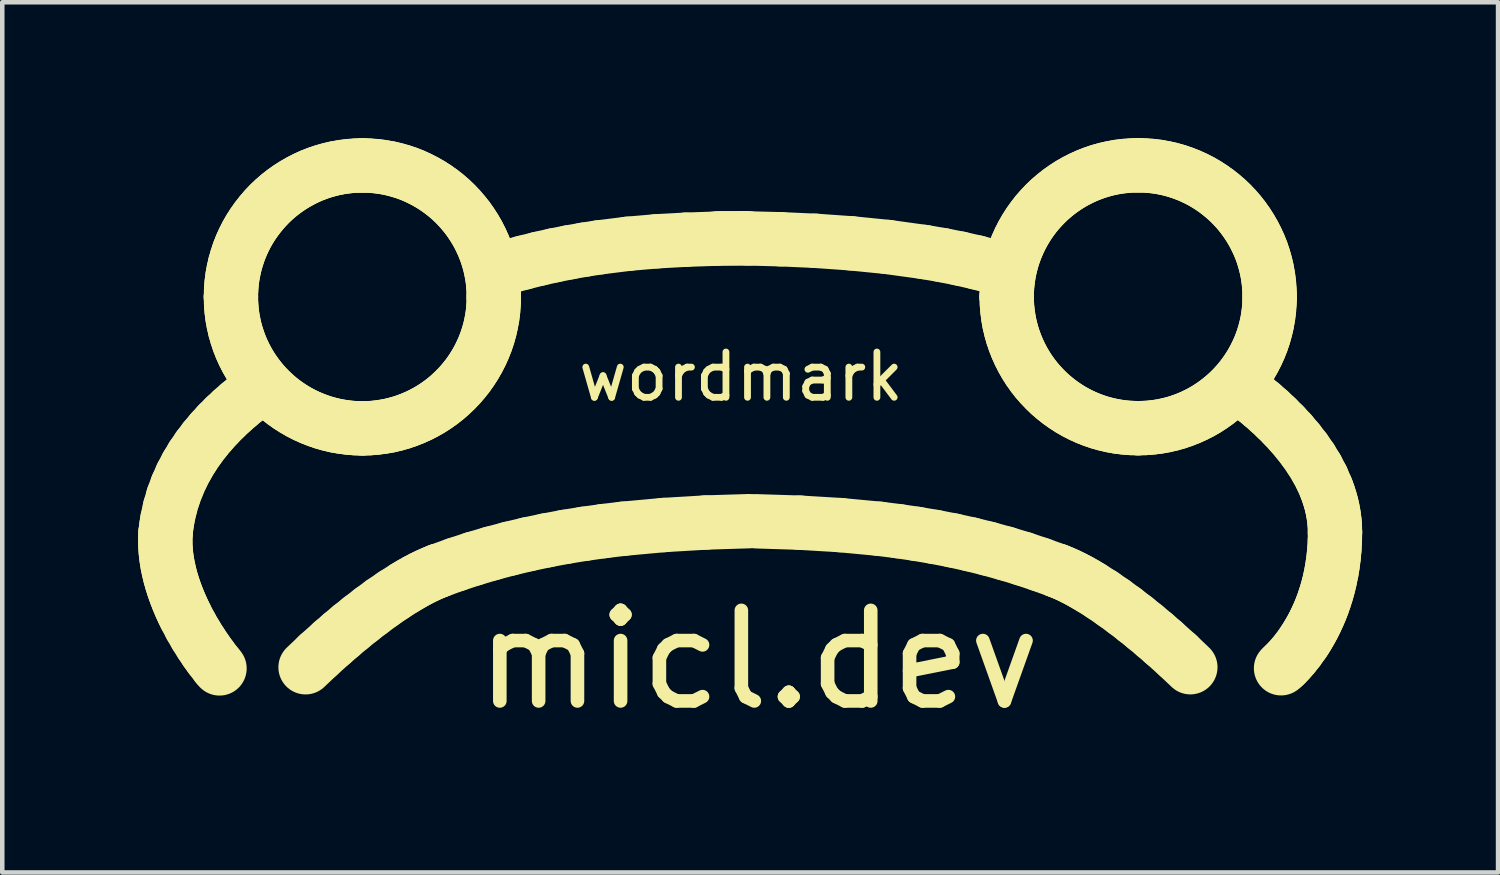
<source format=kicad_pcb>
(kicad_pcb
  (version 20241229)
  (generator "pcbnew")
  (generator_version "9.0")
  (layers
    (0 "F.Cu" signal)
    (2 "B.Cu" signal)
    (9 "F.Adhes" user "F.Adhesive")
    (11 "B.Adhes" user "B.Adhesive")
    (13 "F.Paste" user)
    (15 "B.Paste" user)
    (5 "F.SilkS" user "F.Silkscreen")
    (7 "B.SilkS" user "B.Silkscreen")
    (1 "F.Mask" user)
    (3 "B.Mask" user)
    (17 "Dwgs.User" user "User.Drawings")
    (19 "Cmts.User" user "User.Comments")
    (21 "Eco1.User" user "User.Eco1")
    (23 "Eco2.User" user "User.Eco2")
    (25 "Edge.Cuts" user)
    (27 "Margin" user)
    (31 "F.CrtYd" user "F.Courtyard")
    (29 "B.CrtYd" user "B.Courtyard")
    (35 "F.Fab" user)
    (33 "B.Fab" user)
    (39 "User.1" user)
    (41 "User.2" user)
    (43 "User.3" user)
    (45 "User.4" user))
  (footprint "wordmark"
    (layer "F.Cu")
    (at 13.313 5.768)
    (property "Reference" "wordmark" (at 0 -0.5 0) (unlocked yes) (layer "F.SilkS") (effects (font (size 1 1) (thickness 0.15))))
    (attr smd)
    (fp_line (start -12.713 3.08) (end -12.707 2.938) (stroke (width 1.2) (type solid)) (layer "F.SilkS"))
    (fp_line (start -12.712 3.221) (end -12.713 3.08) (stroke (width 1.2) (type solid)) (layer "F.SilkS"))
    (fp_line (start -12.707 2.938) (end -12.707 2.938) (stroke (width 1.2) (type solid)) (layer "F.SilkS"))
    (fp_line (start -12.707 2.938) (end -12.69 2.799) (stroke (width 1.2) (type solid)) (layer "F.SilkS"))
    (fp_line (start -12.703 3.362) (end -12.712 3.221) (stroke (width 1.2) (type solid)) (layer "F.SilkS"))
    (fp_line (start -12.69 2.799) (end -12.669 2.663) (stroke (width 1.2) (type solid)) (layer "F.SilkS"))
    (fp_line (start -12.687 3.502) (end -12.703 3.362) (stroke (width 1.2) (type solid)) (layer "F.SilkS"))
    (fp_line (start -12.669 2.663) (end -12.612 2.401) (stroke (width 1.2) (type solid)) (layer "F.SilkS"))
    (fp_line (start -12.665 3.64) (end -12.687 3.502) (stroke (width 1.2) (type solid)) (layer "F.SilkS"))
    (fp_line (start -12.637 3.777) (end -12.665 3.64) (stroke (width 1.2) (type solid)) (layer "F.SilkS"))
    (fp_line (start -12.612 2.401) (end -12.539 2.15) (stroke (width 1.2) (type solid)) (layer "F.SilkS"))
    (fp_line (start -12.604 3.913) (end -12.637 3.777) (stroke (width 1.2) (type solid)) (layer "F.SilkS"))
    (fp_line (start -12.566 4.046) (end -12.604 3.913) (stroke (width 1.2) (type solid)) (layer "F.SilkS"))
    (fp_line (start -12.539 2.15) (end -12.45 1.911) (stroke (width 1.2) (type solid)) (layer "F.SilkS"))
    (fp_line (start -12.524 4.177) (end -12.566 4.046) (stroke (width 1.2) (type solid)) (layer "F.SilkS"))
    (fp_line (start -12.478 4.305) (end -12.524 4.177) (stroke (width 1.2) (type solid)) (layer "F.SilkS"))
    (fp_line (start -12.45 1.911) (end -12.349 1.683) (stroke (width 1.2) (type solid)) (layer "F.SilkS"))
    (fp_line (start -12.429 4.431) (end -12.478 4.305) (stroke (width 1.2) (type solid)) (layer "F.SilkS"))
    (fp_line (start -12.377 4.554) (end -12.429 4.431) (stroke (width 1.2) (type solid)) (layer "F.SilkS"))
    (fp_line (start -12.349 1.683) (end -12.235 1.467) (stroke (width 1.2) (type solid)) (layer "F.SilkS"))
    (fp_line (start -12.323 4.673) (end -12.377 4.554) (stroke (width 1.2) (type solid)) (layer "F.SilkS"))
    (fp_line (start -12.267 4.788) (end -12.323 4.673) (stroke (width 1.2) (type solid)) (layer "F.SilkS"))
    (fp_line (start -12.235 1.467) (end -12.112 1.262) (stroke (width 1.2) (type solid)) (layer "F.SilkS"))
    (fp_line (start -12.152 5.007) (end -12.267 4.788) (stroke (width 1.2) (type solid)) (layer "F.SilkS"))
    (fp_line (start -12.112 1.262) (end -11.979 1.067) (stroke (width 1.2) (type solid)) (layer "F.SilkS"))
    (fp_line (start -12.035 5.209) (end -12.152 5.007) (stroke (width 1.2) (type solid)) (layer "F.SilkS"))
    (fp_line (start -11.979 1.067) (end -11.839 0.883) (stroke (width 1.2) (type solid)) (layer "F.SilkS"))
    (fp_line (start -11.921 5.39) (end -12.035 5.209) (stroke (width 1.2) (type solid)) (layer "F.SilkS"))
    (fp_line (start -11.839 0.883) (end -11.694 0.71) (stroke (width 1.2) (type solid)) (layer "F.SilkS"))
    (fp_line (start -11.814 5.55) (end -11.921 5.39) (stroke (width 1.2) (type solid)) (layer "F.SilkS"))
    (fp_line (start -11.717 5.685) (end -11.814 5.55) (stroke (width 1.2) (type solid)) (layer "F.SilkS"))
    (fp_line (start -11.694 0.71) (end -11.545 0.547) (stroke (width 1.2) (type solid)) (layer "F.SilkS"))
    (fp_line (start -11.572 5.874) (end -11.717 5.685) (stroke (width 1.2) (type solid)) (layer "F.SilkS"))
    (fp_line (start -11.545 0.547) (end -11.393 0.394) (stroke (width 1.2) (type solid)) (layer "F.SilkS"))
    (fp_line (start -11.516 5.941) (end -11.572 5.874) (stroke (width 1.2) (type solid)) (layer "F.SilkS"))
    (fp_line (start -11.393 0.394) (end -11.24 0.251) (stroke (width 1.2) (type solid)) (layer "F.SilkS"))
    (fp_line (start -11.264 -2.262) (end -11.264 -2.262) (stroke (width 1.2) (type solid)) (layer "F.SilkS"))
    (fp_line (start -11.264 -2.262) (end -11.26 -2.411) (stroke (width 1.2) (type solid)) (layer "F.SilkS"))
    (fp_line (start -11.26 -2.411) (end -11.249 -2.559) (stroke (width 1.2) (type solid)) (layer "F.SilkS"))
    (fp_line (start -11.26 -2.113) (end -11.264 -2.262) (stroke (width 1.2) (type solid)) (layer "F.SilkS"))
    (fp_line (start -11.249 -2.559) (end -11.231 -2.704) (stroke (width 1.2) (type solid)) (layer "F.SilkS"))
    (fp_line (start -11.249 -1.965) (end -11.26 -2.113) (stroke (width 1.2) (type solid)) (layer "F.SilkS"))
    (fp_line (start -11.24 0.251) (end -11.087 0.117) (stroke (width 1.2) (type solid)) (layer "F.SilkS"))
    (fp_line (start -11.231 -2.704) (end -11.205 -2.847) (stroke (width 1.2) (type solid)) (layer "F.SilkS"))
    (fp_line (start -11.231 -1.82) (end -11.249 -1.965) (stroke (width 1.2) (type solid)) (layer "F.SilkS"))
    (fp_line (start -11.205 -2.847) (end -11.173 -2.987) (stroke (width 1.2) (type solid)) (layer "F.SilkS"))
    (fp_line (start -11.205 -1.677) (end -11.231 -1.82) (stroke (width 1.2) (type solid)) (layer "F.SilkS"))
    (fp_line (start -11.173 -2.987) (end -11.133 -3.125) (stroke (width 1.2) (type solid)) (layer "F.SilkS"))
    (fp_line (start -11.173 -1.537) (end -11.205 -1.677) (stroke (width 1.2) (type solid)) (layer "F.SilkS"))
    (fp_line (start -11.133 -3.125) (end -11.088 -3.26) (stroke (width 1.2) (type solid)) (layer "F.SilkS"))
    (fp_line (start -11.133 -1.399) (end -11.173 -1.537) (stroke (width 1.2) (type solid)) (layer "F.SilkS"))
    (fp_line (start -11.088 -3.26) (end -11.036 -3.392) (stroke (width 1.2) (type solid)) (layer "F.SilkS"))
    (fp_line (start -11.088 -1.264) (end -11.133 -1.399) (stroke (width 1.2) (type solid)) (layer "F.SilkS"))
    (fp_line (start -11.087 0.117) (end -10.937 -0.007) (stroke (width 1.2) (type solid)) (layer "F.SilkS"))
    (fp_line (start -11.036 -3.392) (end -10.978 -3.52) (stroke (width 1.2) (type solid)) (layer "F.SilkS"))
    (fp_line (start -11.036 -1.132) (end -11.088 -1.264) (stroke (width 1.2) (type solid)) (layer "F.SilkS"))
    (fp_line (start -10.978 -3.52) (end -10.914 -3.646) (stroke (width 1.2) (type solid)) (layer "F.SilkS"))
    (fp_line (start -10.978 -1.004) (end -11.036 -1.132) (stroke (width 1.2) (type solid)) (layer "F.SilkS"))
    (fp_line (start -10.937 -0.007) (end -10.79 -0.122) (stroke (width 1.2) (type solid)) (layer "F.SilkS"))
    (fp_line (start -10.914 -3.646) (end -10.844 -3.767) (stroke (width 1.2) (type solid)) (layer "F.SilkS"))
    (fp_line (start -10.914 -0.879) (end -10.978 -1.004) (stroke (width 1.2) (type solid)) (layer "F.SilkS"))
    (fp_line (start -10.844 -3.767) (end -10.768 -3.885) (stroke (width 1.2) (type solid)) (layer "F.SilkS"))
    (fp_line (start -10.844 -0.757) (end -10.914 -0.879) (stroke (width 1.2) (type solid)) (layer "F.SilkS"))
    (fp_line (start -10.768 -3.885) (end -10.687 -3.999) (stroke (width 1.2) (type solid)) (layer "F.SilkS"))
    (fp_line (start -10.768 -0.639) (end -10.844 -0.757) (stroke (width 1.2) (type solid)) (layer "F.SilkS"))
    (fp_line (start -10.687 -3.999) (end -10.601 -4.108) (stroke (width 1.2) (type solid)) (layer "F.SilkS"))
    (fp_line (start -10.687 -0.525) (end -10.768 -0.639) (stroke (width 1.2) (type solid)) (layer "F.SilkS"))
    (fp_line (start -10.601 -4.108) (end -10.51 -4.214) (stroke (width 1.2) (type solid)) (layer "F.SilkS"))
    (fp_line (start -10.601 -0.416) (end -10.687 -0.525) (stroke (width 1.2) (type solid)) (layer "F.SilkS"))
    (fp_line (start -10.51 -4.214) (end -10.414 -4.315) (stroke (width 1.2) (type solid)) (layer "F.SilkS"))
    (fp_line (start -10.51 -0.31) (end -10.601 -0.416) (stroke (width 1.2) (type solid)) (layer "F.SilkS"))
    (fp_line (start -10.414 -4.315) (end -10.313 -4.411) (stroke (width 1.2) (type solid)) (layer "F.SilkS"))
    (fp_line (start -10.414 -0.21) (end -10.51 -0.31) (stroke (width 1.2) (type solid)) (layer "F.SilkS"))
    (fp_line (start -10.313 -4.411) (end -10.208 -4.502) (stroke (width 1.2) (type solid)) (layer "F.SilkS"))
    (fp_line (start -10.313 -0.114) (end -10.414 -0.21) (stroke (width 1.2) (type solid)) (layer "F.SilkS"))
    (fp_line (start -10.208 -4.502) (end -10.098 -4.588) (stroke (width 1.2) (type solid)) (layer "F.SilkS"))
    (fp_line (start -10.208 -0.022) (end -10.313 -0.114) (stroke (width 1.2) (type solid)) (layer "F.SilkS"))
    (fp_line (start -10.098 -4.588) (end -9.984 -4.669) (stroke (width 1.2) (type solid)) (layer "F.SilkS"))
    (fp_line (start -10.098 0.064) (end -10.208 -0.022) (stroke (width 1.2) (type solid)) (layer "F.SilkS"))
    (fp_line (start -9.984 -4.669) (end -9.866 -4.744) (stroke (width 1.2) (type solid)) (layer "F.SilkS"))
    (fp_line (start -9.984 0.145) (end -10.098 0.064) (stroke (width 1.2) (type solid)) (layer "F.SilkS"))
    (fp_line (start -9.866 -4.744) (end -9.745 -4.814) (stroke (width 1.2) (type solid)) (layer "F.SilkS"))
    (fp_line (start -9.866 0.22) (end -9.984 0.145) (stroke (width 1.2) (type solid)) (layer "F.SilkS"))
    (fp_line (start -9.745 -4.814) (end -9.62 -4.878) (stroke (width 1.2) (type solid)) (layer "F.SilkS"))
    (fp_line (start -9.745 0.29) (end -9.866 0.22) (stroke (width 1.2) (type solid)) (layer "F.SilkS"))
    (fp_line (start -9.62 -4.878) (end -9.491 -4.937) (stroke (width 1.2) (type solid)) (layer "F.SilkS"))
    (fp_line (start -9.62 0.354) (end -9.745 0.29) (stroke (width 1.2) (type solid)) (layer "F.SilkS"))
    (fp_line (start -9.616 5.916) (end -9.336 5.65) (stroke (width 1.2) (type solid)) (layer "F.SilkS"))
    (fp_line (start -9.491 -4.937) (end -9.359 -4.989) (stroke (width 1.2) (type solid)) (layer "F.SilkS"))
    (fp_line (start -9.491 0.412) (end -9.62 0.354) (stroke (width 1.2) (type solid)) (layer "F.SilkS"))
    (fp_line (start -9.359 -4.989) (end -9.225 -5.034) (stroke (width 1.2) (type solid)) (layer "F.SilkS"))
    (fp_line (start -9.359 0.464) (end -9.491 0.412) (stroke (width 1.2) (type solid)) (layer "F.SilkS"))
    (fp_line (start -9.336 5.65) (end -9.022 5.368) (stroke (width 1.2) (type solid)) (layer "F.SilkS"))
    (fp_line (start -9.225 -5.034) (end -9.087 -5.073) (stroke (width 1.2) (type solid)) (layer "F.SilkS"))
    (fp_line (start -9.225 0.51) (end -9.359 0.464) (stroke (width 1.2) (type solid)) (layer "F.SilkS"))
    (fp_line (start -9.087 -5.073) (end -8.946 -5.106) (stroke (width 1.2) (type solid)) (layer "F.SilkS"))
    (fp_line (start -9.087 0.549) (end -9.225 0.51) (stroke (width 1.2) (type solid)) (layer "F.SilkS"))
    (fp_line (start -9.022 5.368) (end -8.831 5.203) (stroke (width 1.2) (type solid)) (layer "F.SilkS"))
    (fp_line (start -8.946 -5.106) (end -8.803 -5.131) (stroke (width 1.2) (type solid)) (layer "F.SilkS"))
    (fp_line (start -8.946 0.582) (end -9.087 0.549) (stroke (width 1.2) (type solid)) (layer "F.SilkS"))
    (fp_line (start -8.831 5.203) (end -8.624 5.029) (stroke (width 1.2) (type solid)) (layer "F.SilkS"))
    (fp_line (start -8.803 -5.131) (end -8.658 -5.15) (stroke (width 1.2) (type solid)) (layer "F.SilkS"))
    (fp_line (start -8.803 0.607) (end -8.946 0.582) (stroke (width 1.2) (type solid)) (layer "F.SilkS"))
    (fp_line (start -8.658 -5.15) (end -8.511 -5.161) (stroke (width 1.2) (type solid)) (layer "F.SilkS"))
    (fp_line (start -8.658 0.626) (end -8.803 0.607) (stroke (width 1.2) (type solid)) (layer "F.SilkS"))
    (fp_line (start -8.624 5.029) (end -8.401 4.85) (stroke (width 1.2) (type solid)) (layer "F.SilkS"))
    (fp_line (start -8.511 -5.161) (end -8.361 -5.165) (stroke (width 1.2) (type solid)) (layer "F.SilkS"))
    (fp_line (start -8.511 0.637) (end -8.658 0.626) (stroke (width 1.2) (type solid)) (layer "F.SilkS"))
    (fp_line (start -8.401 4.85) (end -8.166 4.669) (stroke (width 1.2) (type solid)) (layer "F.SilkS"))
    (fp_line (start -8.361 -5.165) (end -8.361 -5.165) (stroke (width 1.2) (type solid)) (layer "F.SilkS"))
    (fp_line (start -8.361 -5.165) (end -8.212 -5.161) (stroke (width 1.2) (type solid)) (layer "F.SilkS"))
    (fp_line (start -8.361 0.641) (end -8.511 0.637) (stroke (width 1.2) (type solid)) (layer "F.SilkS"))
    (fp_line (start -8.361 0.641) (end -8.361 0.641) (stroke (width 1.2) (type solid)) (layer "F.SilkS"))
    (fp_line (start -8.212 -5.161) (end -8.065 -5.15) (stroke (width 1.2) (type solid)) (layer "F.SilkS"))
    (fp_line (start -8.212 0.637) (end -8.361 0.641) (stroke (width 1.2) (type solid)) (layer "F.SilkS"))
    (fp_line (start -8.166 4.669) (end -7.923 4.49) (stroke (width 1.2) (type solid)) (layer "F.SilkS"))
    (fp_line (start -8.065 -5.15) (end -7.919 -5.131) (stroke (width 1.2) (type solid)) (layer "F.SilkS"))
    (fp_line (start -8.065 0.626) (end -8.212 0.637) (stroke (width 1.2) (type solid)) (layer "F.SilkS"))
    (fp_line (start -7.923 4.49) (end -7.673 4.319) (stroke (width 1.2) (type solid)) (layer "F.SilkS"))
    (fp_line (start -7.919 -5.131) (end -7.776 -5.106) (stroke (width 1.2) (type solid)) (layer "F.SilkS"))
    (fp_line (start -7.919 0.607) (end -8.065 0.626) (stroke (width 1.2) (type solid)) (layer "F.SilkS"))
    (fp_line (start -7.776 -5.106) (end -7.636 -5.073) (stroke (width 1.2) (type solid)) (layer "F.SilkS"))
    (fp_line (start -7.776 0.582) (end -7.919 0.607) (stroke (width 1.2) (type solid)) (layer "F.SilkS"))
    (fp_line (start -7.673 4.319) (end -7.421 4.159) (stroke (width 1.2) (type solid)) (layer "F.SilkS"))
    (fp_line (start -7.636 -5.073) (end -7.498 -5.034) (stroke (width 1.2) (type solid)) (layer "F.SilkS"))
    (fp_line (start -7.636 0.549) (end -7.776 0.582) (stroke (width 1.2) (type solid)) (layer "F.SilkS"))
    (fp_line (start -7.498 -5.034) (end -7.363 -4.989) (stroke (width 1.2) (type solid)) (layer "F.SilkS"))
    (fp_line (start -7.498 0.51) (end -7.636 0.549) (stroke (width 1.2) (type solid)) (layer "F.SilkS"))
    (fp_line (start -7.421 4.159) (end -7.295 4.084) (stroke (width 1.2) (type solid)) (layer "F.SilkS"))
    (fp_line (start -7.363 -4.989) (end -7.232 -4.937) (stroke (width 1.2) (type solid)) (layer "F.SilkS"))
    (fp_line (start -7.363 0.464) (end -7.498 0.51) (stroke (width 1.2) (type solid)) (layer "F.SilkS"))
    (fp_line (start -7.295 4.084) (end -7.17 4.013) (stroke (width 1.2) (type solid)) (layer "F.SilkS"))
    (fp_line (start -7.232 -4.937) (end -7.103 -4.878) (stroke (width 1.2) (type solid)) (layer "F.SilkS"))
    (fp_line (start -7.232 0.412) (end -7.363 0.464) (stroke (width 1.2) (type solid)) (layer "F.SilkS"))
    (fp_line (start -7.17 4.013) (end -7.045 3.947) (stroke (width 1.2) (type solid)) (layer "F.SilkS"))
    (fp_line (start -7.103 -4.878) (end -6.978 -4.814) (stroke (width 1.2) (type solid)) (layer "F.SilkS"))
    (fp_line (start -7.103 0.354) (end -7.232 0.412) (stroke (width 1.2) (type solid)) (layer "F.SilkS"))
    (fp_line (start -7.045 3.947) (end -6.921 3.887) (stroke (width 1.2) (type solid)) (layer "F.SilkS"))
    (fp_line (start -6.978 -4.814) (end -6.856 -4.744) (stroke (width 1.2) (type solid)) (layer "F.SilkS"))
    (fp_line (start -6.978 0.29) (end -7.103 0.354) (stroke (width 1.2) (type solid)) (layer "F.SilkS"))
    (fp_line (start -6.921 3.887) (end -6.799 3.833) (stroke (width 1.2) (type solid)) (layer "F.SilkS"))
    (fp_line (start -6.856 -4.744) (end -6.739 -4.669) (stroke (width 1.2) (type solid)) (layer "F.SilkS"))
    (fp_line (start -6.856 0.22) (end -6.978 0.29) (stroke (width 1.2) (type solid)) (layer "F.SilkS"))
    (fp_line (start -6.799 3.833) (end -6.679 3.784) (stroke (width 1.2) (type solid)) (layer "F.SilkS"))
    (fp_line (start -6.739 -4.669) (end -6.625 -4.588) (stroke (width 1.2) (type solid)) (layer "F.SilkS"))
    (fp_line (start -6.739 0.145) (end -6.856 0.22) (stroke (width 1.2) (type solid)) (layer "F.SilkS"))
    (fp_line (start -6.679 3.784) (end -6.679 3.784) (stroke (width 1.2) (type solid)) (layer "F.SilkS"))
    (fp_line (start -6.679 3.784) (end -6.295 3.646) (stroke (width 1.2) (type solid)) (layer "F.SilkS"))
    (fp_line (start -6.625 -4.588) (end -6.515 -4.502) (stroke (width 1.2) (type solid)) (layer "F.SilkS"))
    (fp_line (start -6.625 0.064) (end -6.739 0.145) (stroke (width 1.2) (type solid)) (layer "F.SilkS"))
    (fp_line (start -6.515 -4.502) (end -6.41 -4.411) (stroke (width 1.2) (type solid)) (layer "F.SilkS"))
    (fp_line (start -6.515 -0.022) (end -6.625 0.064) (stroke (width 1.2) (type solid)) (layer "F.SilkS"))
    (fp_line (start -6.41 -4.411) (end -6.309 -4.315) (stroke (width 1.2) (type solid)) (layer "F.SilkS"))
    (fp_line (start -6.41 -0.114) (end -6.515 -0.022) (stroke (width 1.2) (type solid)) (layer "F.SilkS"))
    (fp_line (start -6.309 -4.315) (end -6.213 -4.214) (stroke (width 1.2) (type solid)) (layer "F.SilkS"))
    (fp_line (start -6.309 -0.21) (end -6.41 -0.114) (stroke (width 1.2) (type solid)) (layer "F.SilkS"))
    (fp_line (start -6.295 3.646) (end -5.907 3.519) (stroke (width 1.2) (type solid)) (layer "F.SilkS"))
    (fp_line (start -6.213 -4.214) (end -6.122 -4.108) (stroke (width 1.2) (type solid)) (layer "F.SilkS"))
    (fp_line (start -6.213 -0.31) (end -6.309 -0.21) (stroke (width 1.2) (type solid)) (layer "F.SilkS"))
    (fp_line (start -6.122 -4.108) (end -6.035 -3.999) (stroke (width 1.2) (type solid)) (layer "F.SilkS"))
    (fp_line (start -6.122 -0.416) (end -6.213 -0.31) (stroke (width 1.2) (type solid)) (layer "F.SilkS"))
    (fp_line (start -6.035 -3.999) (end -5.955 -3.885) (stroke (width 1.2) (type solid)) (layer "F.SilkS"))
    (fp_line (start -6.035 -0.525) (end -6.122 -0.416) (stroke (width 1.2) (type solid)) (layer "F.SilkS"))
    (fp_line (start -5.955 -3.885) (end -5.879 -3.767) (stroke (width 1.2) (type solid)) (layer "F.SilkS"))
    (fp_line (start -5.955 -0.639) (end -6.035 -0.525) (stroke (width 1.2) (type solid)) (layer "F.SilkS"))
    (fp_line (start -5.907 3.519) (end -5.513 3.403) (stroke (width 1.2) (type solid)) (layer "F.SilkS"))
    (fp_line (start -5.879 -3.767) (end -5.809 -3.646) (stroke (width 1.2) (type solid)) (layer "F.SilkS"))
    (fp_line (start -5.879 -0.757) (end -5.955 -0.639) (stroke (width 1.2) (type solid)) (layer "F.SilkS"))
    (fp_line (start -5.809 -3.646) (end -5.745 -3.52) (stroke (width 1.2) (type solid)) (layer "F.SilkS"))
    (fp_line (start -5.809 -0.879) (end -5.879 -0.757) (stroke (width 1.2) (type solid)) (layer "F.SilkS"))
    (fp_line (start -5.745 -3.52) (end -5.687 -3.392) (stroke (width 1.2) (type solid)) (layer "F.SilkS"))
    (fp_line (start -5.745 -1.004) (end -5.809 -0.879) (stroke (width 1.2) (type solid)) (layer "F.SilkS"))
    (fp_line (start -5.687 -3.392) (end -5.635 -3.26) (stroke (width 1.2) (type solid)) (layer "F.SilkS"))
    (fp_line (start -5.687 -1.132) (end -5.745 -1.004) (stroke (width 1.2) (type solid)) (layer "F.SilkS"))
    (fp_line (start -5.635 -3.26) (end -5.589 -3.125) (stroke (width 1.2) (type solid)) (layer "F.SilkS"))
    (fp_line (start -5.635 -1.264) (end -5.687 -1.132) (stroke (width 1.2) (type solid)) (layer "F.SilkS"))
    (fp_line (start -5.589 -3.125) (end -5.55 -2.987) (stroke (width 1.2) (type solid)) (layer "F.SilkS"))
    (fp_line (start -5.589 -1.399) (end -5.635 -1.264) (stroke (width 1.2) (type solid)) (layer "F.SilkS"))
    (fp_line (start -5.55 -2.987) (end -5.518 -2.847) (stroke (width 1.2) (type solid)) (layer "F.SilkS"))
    (fp_line (start -5.55 -1.537) (end -5.589 -1.399) (stroke (width 1.2) (type solid)) (layer "F.SilkS"))
    (fp_line (start -5.518 -2.847) (end -5.492 -2.704) (stroke (width 1.2) (type solid)) (layer "F.SilkS"))
    (fp_line (start -5.518 -1.677) (end -5.55 -1.537) (stroke (width 1.2) (type solid)) (layer "F.SilkS"))
    (fp_line (start -5.513 3.403) (end -5.114 3.297) (stroke (width 1.2) (type solid)) (layer "F.SilkS"))
    (fp_line (start -5.492 -2.704) (end -5.474 -2.559) (stroke (width 1.2) (type solid)) (layer "F.SilkS"))
    (fp_line (start -5.492 -1.82) (end -5.518 -1.677) (stroke (width 1.2) (type solid)) (layer "F.SilkS"))
    (fp_line (start -5.474 -2.559) (end -5.463 -2.411) (stroke (width 1.2) (type solid)) (layer "F.SilkS"))
    (fp_line (start -5.474 -1.965) (end -5.492 -1.82) (stroke (width 1.2) (type solid)) (layer "F.SilkS"))
    (fp_line (start -5.463 -2.411) (end -5.459 -2.262) (stroke (width 1.2) (type solid)) (layer "F.SilkS"))
    (fp_line (start -5.463 -2.113) (end -5.474 -1.965) (stroke (width 1.2) (type solid)) (layer "F.SilkS"))
    (fp_line (start -5.459 -2.262) (end -5.463 -2.113) (stroke (width 1.2) (type solid)) (layer "F.SilkS"))
    (fp_line (start -5.459 -2.262) (end -5.459 -2.262) (stroke (width 1.2) (type solid)) (layer "F.SilkS"))
    (fp_line (start -5.459 -2.262) (end -5.459 -2.262) (stroke (width 1.2) (type solid)) (layer "F.SilkS"))
    (fp_line (start -5.16 -2.923) (end -4.807 -3.019) (stroke (width 1.2) (type solid)) (layer "F.SilkS"))
    (fp_line (start -5.114 3.297) (end -4.71 3.201) (stroke (width 1.2) (type solid)) (layer "F.SilkS"))
    (fp_line (start -4.807 -3.019) (end -4.462 -3.105) (stroke (width 1.2) (type solid)) (layer "F.SilkS"))
    (fp_line (start -4.71 3.201) (end -4.301 3.115) (stroke (width 1.2) (type solid)) (layer "F.SilkS"))
    (fp_line (start -4.462 -3.105) (end -4.123 -3.181) (stroke (width 1.2) (type solid)) (layer "F.SilkS"))
    (fp_line (start -4.301 3.115) (end -3.885 3.037) (stroke (width 1.2) (type solid)) (layer "F.SilkS"))
    (fp_line (start -4.123 -3.181) (end -3.79 -3.247) (stroke (width 1.2) (type solid)) (layer "F.SilkS"))
    (fp_line (start -3.885 3.037) (end -3.463 2.969) (stroke (width 1.2) (type solid)) (layer "F.SilkS"))
    (fp_line (start -3.79 -3.247) (end -3.461 -3.305) (stroke (width 1.2) (type solid)) (layer "F.SilkS"))
    (fp_line (start -3.463 2.969) (end -3.034 2.909) (stroke (width 1.2) (type solid)) (layer "F.SilkS"))
    (fp_line (start -3.461 -3.305) (end -3.136 -3.355) (stroke (width 1.2) (type solid)) (layer "F.SilkS"))
    (fp_line (start -3.136 -3.355) (end -2.495 -3.435) (stroke (width 1.2) (type solid)) (layer "F.SilkS"))
    (fp_line (start -3.034 2.909) (end -2.598 2.857) (stroke (width 1.2) (type solid)) (layer "F.SilkS"))
    (fp_line (start -2.598 2.857) (end -1.706 2.775) (stroke (width 1.2) (type solid)) (layer "F.SilkS"))
    (fp_line (start -2.495 -3.435) (end -1.859 -3.49) (stroke (width 1.2) (type solid)) (layer "F.SilkS"))
    (fp_line (start -1.859 -3.49) (end -1.221 -3.525) (stroke (width 1.2) (type solid)) (layer "F.SilkS"))
    (fp_line (start -1.706 2.775) (end -0.782 2.72) (stroke (width 1.2) (type solid)) (layer "F.SilkS"))
    (fp_line (start -1.221 -3.525) (end -0.575 -3.547) (stroke (width 1.2) (type solid)) (layer "F.SilkS"))
    (fp_line (start -0.782 2.72) (end 0.174 2.69) (stroke (width 1.2) (type solid)) (layer "F.SilkS"))
    (fp_line (start -0.575 -3.547) (end 0.086 -3.56) (stroke (width 1.2) (type solid)) (layer "F.SilkS"))
    (fp_line (start 0.171 -3.553) (end -0.464 -3.558) (stroke (width 1.2) (type solid)) (layer "F.SilkS"))
    (fp_line (start 0.877 -3.535) (end 0.171 -3.553) (stroke (width 1.2) (type solid)) (layer "F.SilkS"))
    (fp_line (start 1.294 2.723) (end 0.347 2.693) (stroke (width 1.2) (type solid)) (layer "F.SilkS"))
    (fp_line (start 1.637 -3.501) (end 0.877 -3.535) (stroke (width 1.2) (type solid)) (layer "F.SilkS"))
    (fp_line (start 2.193 2.777) (end 1.294 2.723) (stroke (width 1.2) (type solid)) (layer "F.SilkS"))
    (fp_line (start 2.431 -3.445) (end 1.637 -3.501) (stroke (width 1.2) (type solid)) (layer "F.SilkS"))
    (fp_line (start 3.051 2.858) (end 2.193 2.777) (stroke (width 1.2) (type solid)) (layer "F.SilkS"))
    (fp_line (start 3.24 -3.364) (end 2.431 -3.445) (stroke (width 1.2) (type solid)) (layer "F.SilkS"))
    (fp_line (start 3.467 2.91) (end 3.051 2.858) (stroke (width 1.2) (type solid)) (layer "F.SilkS"))
    (fp_line (start 3.875 2.97) (end 3.467 2.91) (stroke (width 1.2) (type solid)) (layer "F.SilkS"))
    (fp_line (start 4.045 -3.253) (end 3.24 -3.364) (stroke (width 1.2) (type solid)) (layer "F.SilkS"))
    (fp_line (start 4.277 3.038) (end 3.875 2.97) (stroke (width 1.2) (type solid)) (layer "F.SilkS"))
    (fp_line (start 4.44 -3.186) (end 4.045 -3.253) (stroke (width 1.2) (type solid)) (layer "F.SilkS"))
    (fp_line (start 4.674 3.115) (end 4.277 3.038) (stroke (width 1.2) (type solid)) (layer "F.SilkS"))
    (fp_line (start 4.827 -3.109) (end 4.44 -3.186) (stroke (width 1.2) (type solid)) (layer "F.SilkS"))
    (fp_line (start 5.065 3.201) (end 4.674 3.115) (stroke (width 1.2) (type solid)) (layer "F.SilkS"))
    (fp_line (start 5.204 -3.023) (end 4.827 -3.109) (stroke (width 1.2) (type solid)) (layer "F.SilkS"))
    (fp_line (start 5.453 3.297) (end 5.065 3.201) (stroke (width 1.2) (type solid)) (layer "F.SilkS"))
    (fp_line (start 5.568 -2.927) (end 5.204 -3.023) (stroke (width 1.2) (type solid)) (layer "F.SilkS"))
    (fp_line (start 5.838 3.403) (end 5.453 3.297) (stroke (width 1.2) (type solid)) (layer "F.SilkS"))
    (fp_line (start 5.866 -2.266) (end 5.866 -2.266) (stroke (width 1.2) (type solid)) (layer "F.SilkS"))
    (fp_line (start 5.866 -2.266) (end 5.866 -2.266) (stroke (width 1.2) (type solid)) (layer "F.SilkS"))
    (fp_line (start 5.866 -2.266) (end 5.87 -2.116) (stroke (width 1.2) (type solid)) (layer "F.SilkS"))
    (fp_line (start 5.87 -2.415) (end 5.866 -2.266) (stroke (width 1.2) (type solid)) (layer "F.SilkS"))
    (fp_line (start 5.87 -2.116) (end 5.881 -1.969) (stroke (width 1.2) (type solid)) (layer "F.SilkS"))
    (fp_line (start 5.881 -2.562) (end 5.87 -2.415) (stroke (width 1.2) (type solid)) (layer "F.SilkS"))
    (fp_line (start 5.881 -1.969) (end 5.9 -1.823) (stroke (width 1.2) (type solid)) (layer "F.SilkS"))
    (fp_line (start 5.9 -2.708) (end 5.881 -2.562) (stroke (width 1.2) (type solid)) (layer "F.SilkS"))
    (fp_line (start 5.9 -1.823) (end 5.925 -1.681) (stroke (width 1.2) (type solid)) (layer "F.SilkS"))
    (fp_line (start 5.925 -2.85) (end 5.9 -2.708) (stroke (width 1.2) (type solid)) (layer "F.SilkS"))
    (fp_line (start 5.925 -1.681) (end 5.958 -1.54) (stroke (width 1.2) (type solid)) (layer "F.SilkS"))
    (fp_line (start 5.958 -2.991) (end 5.925 -2.85) (stroke (width 1.2) (type solid)) (layer "F.SilkS"))
    (fp_line (start 5.958 -1.54) (end 5.997 -1.402) (stroke (width 1.2) (type solid)) (layer "F.SilkS"))
    (fp_line (start 5.997 -3.129) (end 5.958 -2.991) (stroke (width 1.2) (type solid)) (layer "F.SilkS"))
    (fp_line (start 5.997 -1.402) (end 6.043 -1.268) (stroke (width 1.2) (type solid)) (layer "F.SilkS"))
    (fp_line (start 6.043 -3.264) (end 5.997 -3.129) (stroke (width 1.2) (type solid)) (layer "F.SilkS"))
    (fp_line (start 6.043 -1.268) (end 6.095 -1.136) (stroke (width 1.2) (type solid)) (layer "F.SilkS"))
    (fp_line (start 6.095 -3.395) (end 6.043 -3.264) (stroke (width 1.2) (type solid)) (layer "F.SilkS"))
    (fp_line (start 6.095 -1.136) (end 6.153 -1.007) (stroke (width 1.2) (type solid)) (layer "F.SilkS"))
    (fp_line (start 6.153 -3.524) (end 6.095 -3.395) (stroke (width 1.2) (type solid)) (layer "F.SilkS"))
    (fp_line (start 6.153 -1.007) (end 6.217 -0.882) (stroke (width 1.2) (type solid)) (layer "F.SilkS"))
    (fp_line (start 6.217 -3.649) (end 6.153 -3.524) (stroke (width 1.2) (type solid)) (layer "F.SilkS"))
    (fp_line (start 6.217 -0.882) (end 6.287 -0.76) (stroke (width 1.2) (type solid)) (layer "F.SilkS"))
    (fp_line (start 6.221 3.519) (end 5.838 3.403) (stroke (width 1.2) (type solid)) (layer "F.SilkS"))
    (fp_line (start 6.287 -3.771) (end 6.217 -3.649) (stroke (width 1.2) (type solid)) (layer "F.SilkS"))
    (fp_line (start 6.287 -0.76) (end 6.362 -0.643) (stroke (width 1.2) (type solid)) (layer "F.SilkS"))
    (fp_line (start 6.362 -3.888) (end 6.287 -3.771) (stroke (width 1.2) (type solid)) (layer "F.SilkS"))
    (fp_line (start 6.362 -0.643) (end 6.443 -0.529) (stroke (width 1.2) (type solid)) (layer "F.SilkS"))
    (fp_line (start 6.443 -4.002) (end 6.362 -3.888) (stroke (width 1.2) (type solid)) (layer "F.SilkS"))
    (fp_line (start 6.443 -0.529) (end 6.529 -0.419) (stroke (width 1.2) (type solid)) (layer "F.SilkS"))
    (fp_line (start 6.529 -4.112) (end 6.443 -4.002) (stroke (width 1.2) (type solid)) (layer "F.SilkS"))
    (fp_line (start 6.529 -0.419) (end 6.621 -0.314) (stroke (width 1.2) (type solid)) (layer "F.SilkS"))
    (fp_line (start 6.602 3.646) (end 6.221 3.519) (stroke (width 1.2) (type solid)) (layer "F.SilkS"))
    (fp_line (start 6.621 -4.217) (end 6.529 -4.112) (stroke (width 1.2) (type solid)) (layer "F.SilkS"))
    (fp_line (start 6.621 -0.314) (end 6.717 -0.213) (stroke (width 1.2) (type solid)) (layer "F.SilkS"))
    (fp_line (start 6.717 -4.318) (end 6.621 -4.217) (stroke (width 1.2) (type solid)) (layer "F.SilkS"))
    (fp_line (start 6.717 -0.213) (end 6.817 -0.117) (stroke (width 1.2) (type solid)) (layer "F.SilkS"))
    (fp_line (start 6.817 -4.414) (end 6.717 -4.318) (stroke (width 1.2) (type solid)) (layer "F.SilkS"))
    (fp_line (start 6.817 -0.117) (end 6.923 -0.026) (stroke (width 1.2) (type solid)) (layer "F.SilkS"))
    (fp_line (start 6.923 -4.505) (end 6.817 -4.414) (stroke (width 1.2) (type solid)) (layer "F.SilkS"))
    (fp_line (start 6.923 -0.026) (end 7.032 0.06) (stroke (width 1.2) (type solid)) (layer "F.SilkS"))
    (fp_line (start 6.984 3.784) (end 6.602 3.646) (stroke (width 1.2) (type solid)) (layer "F.SilkS"))
    (fp_line (start 6.984 3.784) (end 6.984 3.784) (stroke (width 1.2) (type solid)) (layer "F.SilkS"))
    (fp_line (start 7.032 -4.591) (end 6.923 -4.505) (stroke (width 1.2) (type solid)) (layer "F.SilkS"))
    (fp_line (start 7.032 0.06) (end 7.146 0.141) (stroke (width 1.2) (type solid)) (layer "F.SilkS"))
    (fp_line (start 7.104 3.832) (end 6.984 3.784) (stroke (width 1.2) (type solid)) (layer "F.SilkS"))
    (fp_line (start 7.146 -4.672) (end 7.032 -4.591) (stroke (width 1.2) (type solid)) (layer "F.SilkS"))
    (fp_line (start 7.146 0.141) (end 7.264 0.217) (stroke (width 1.2) (type solid)) (layer "F.SilkS"))
    (fp_line (start 7.226 3.886) (end 7.104 3.832) (stroke (width 1.2) (type solid)) (layer "F.SilkS"))
    (fp_line (start 7.264 -4.748) (end 7.146 -4.672) (stroke (width 1.2) (type solid)) (layer "F.SilkS"))
    (fp_line (start 7.264 0.217) (end 7.386 0.287) (stroke (width 1.2) (type solid)) (layer "F.SilkS"))
    (fp_line (start 7.35 3.947) (end 7.226 3.886) (stroke (width 1.2) (type solid)) (layer "F.SilkS"))
    (fp_line (start 7.386 -4.818) (end 7.264 -4.748) (stroke (width 1.2) (type solid)) (layer "F.SilkS"))
    (fp_line (start 7.386 0.287) (end 7.511 0.351) (stroke (width 1.2) (type solid)) (layer "F.SilkS"))
    (fp_line (start 7.474 4.012) (end 7.35 3.947) (stroke (width 1.2) (type solid)) (layer "F.SilkS"))
    (fp_line (start 7.511 -4.882) (end 7.386 -4.818) (stroke (width 1.2) (type solid)) (layer "F.SilkS"))
    (fp_line (start 7.511 0.351) (end 7.639 0.409) (stroke (width 1.2) (type solid)) (layer "F.SilkS"))
    (fp_line (start 7.6 4.083) (end 7.474 4.012) (stroke (width 1.2) (type solid)) (layer "F.SilkS"))
    (fp_line (start 7.639 -4.94) (end 7.511 -4.882) (stroke (width 1.2) (type solid)) (layer "F.SilkS"))
    (fp_line (start 7.639 0.409) (end 7.771 0.461) (stroke (width 1.2) (type solid)) (layer "F.SilkS"))
    (fp_line (start 7.726 4.158) (end 7.6 4.083) (stroke (width 1.2) (type solid)) (layer "F.SilkS"))
    (fp_line (start 7.771 -4.992) (end 7.639 -4.94) (stroke (width 1.2) (type solid)) (layer "F.SilkS"))
    (fp_line (start 7.771 0.461) (end 7.906 0.507) (stroke (width 1.2) (type solid)) (layer "F.SilkS"))
    (fp_line (start 7.906 -5.038) (end 7.771 -4.992) (stroke (width 1.2) (type solid)) (layer "F.SilkS"))
    (fp_line (start 7.906 0.507) (end 8.044 0.546) (stroke (width 1.2) (type solid)) (layer "F.SilkS"))
    (fp_line (start 7.978 4.318) (end 7.726 4.158) (stroke (width 1.2) (type solid)) (layer "F.SilkS"))
    (fp_line (start 8.044 -5.077) (end 7.906 -5.038) (stroke (width 1.2) (type solid)) (layer "F.SilkS"))
    (fp_line (start 8.044 0.546) (end 8.184 0.578) (stroke (width 1.2) (type solid)) (layer "F.SilkS"))
    (fp_line (start 8.184 -5.109) (end 8.044 -5.077) (stroke (width 1.2) (type solid)) (layer "F.SilkS"))
    (fp_line (start 8.184 0.578) (end 8.327 0.604) (stroke (width 1.2) (type solid)) (layer "F.SilkS"))
    (fp_line (start 8.227 4.49) (end 7.978 4.318) (stroke (width 1.2) (type solid)) (layer "F.SilkS"))
    (fp_line (start 8.327 -5.135) (end 8.184 -5.109) (stroke (width 1.2) (type solid)) (layer "F.SilkS"))
    (fp_line (start 8.327 0.604) (end 8.472 0.622) (stroke (width 1.2) (type solid)) (layer "F.SilkS"))
    (fp_line (start 8.471 4.668) (end 8.227 4.49) (stroke (width 1.2) (type solid)) (layer "F.SilkS"))
    (fp_line (start 8.472 -5.153) (end 8.327 -5.135) (stroke (width 1.2) (type solid)) (layer "F.SilkS"))
    (fp_line (start 8.472 0.622) (end 8.62 0.633) (stroke (width 1.2) (type solid)) (layer "F.SilkS"))
    (fp_line (start 8.62 -5.164) (end 8.472 -5.153) (stroke (width 1.2) (type solid)) (layer "F.SilkS"))
    (fp_line (start 8.62 0.633) (end 8.769 0.637) (stroke (width 1.2) (type solid)) (layer "F.SilkS"))
    (fp_line (start 8.706 4.849) (end 8.471 4.668) (stroke (width 1.2) (type solid)) (layer "F.SilkS"))
    (fp_line (start 8.769 -5.168) (end 8.62 -5.164) (stroke (width 1.2) (type solid)) (layer "F.SilkS"))
    (fp_line (start 8.769 -5.168) (end 8.769 -5.168) (stroke (width 1.2) (type solid)) (layer "F.SilkS"))
    (fp_line (start 8.769 0.637) (end 8.769 0.637) (stroke (width 1.2) (type solid)) (layer "F.SilkS"))
    (fp_line (start 8.769 0.637) (end 8.918 0.633) (stroke (width 1.2) (type solid)) (layer "F.SilkS"))
    (fp_line (start 8.918 -5.164) (end 8.769 -5.168) (stroke (width 1.2) (type solid)) (layer "F.SilkS"))
    (fp_line (start 8.918 0.633) (end 9.066 0.622) (stroke (width 1.2) (type solid)) (layer "F.SilkS"))
    (fp_line (start 8.928 5.028) (end 8.706 4.849) (stroke (width 1.2) (type solid)) (layer "F.SilkS"))
    (fp_line (start 9.066 -5.153) (end 8.918 -5.164) (stroke (width 1.2) (type solid)) (layer "F.SilkS"))
    (fp_line (start 9.066 0.622) (end 9.211 0.604) (stroke (width 1.2) (type solid)) (layer "F.SilkS"))
    (fp_line (start 9.136 5.202) (end 8.928 5.028) (stroke (width 1.2) (type solid)) (layer "F.SilkS"))
    (fp_line (start 9.211 -5.135) (end 9.066 -5.153) (stroke (width 1.2) (type solid)) (layer "F.SilkS"))
    (fp_line (start 9.211 0.604) (end 9.354 0.578) (stroke (width 1.2) (type solid)) (layer "F.SilkS"))
    (fp_line (start 9.326 5.367) (end 9.136 5.202) (stroke (width 1.2) (type solid)) (layer "F.SilkS"))
    (fp_line (start 9.354 -5.109) (end 9.211 -5.135) (stroke (width 1.2) (type solid)) (layer "F.SilkS"))
    (fp_line (start 9.354 0.578) (end 9.495 0.546) (stroke (width 1.2) (type solid)) (layer "F.SilkS"))
    (fp_line (start 9.495 -5.077) (end 9.354 -5.109) (stroke (width 1.2) (type solid)) (layer "F.SilkS"))
    (fp_line (start 9.495 0.546) (end 9.632 0.507) (stroke (width 1.2) (type solid)) (layer "F.SilkS"))
    (fp_line (start 9.632 -5.038) (end 9.495 -5.077) (stroke (width 1.2) (type solid)) (layer "F.SilkS"))
    (fp_line (start 9.632 0.507) (end 9.767 0.461) (stroke (width 1.2) (type solid)) (layer "F.SilkS"))
    (fp_line (start 9.641 5.649) (end 9.326 5.367) (stroke (width 1.2) (type solid)) (layer "F.SilkS"))
    (fp_line (start 9.767 -4.992) (end 9.632 -5.038) (stroke (width 1.2) (type solid)) (layer "F.SilkS"))
    (fp_line (start 9.767 0.461) (end 9.899 0.409) (stroke (width 1.2) (type solid)) (layer "F.SilkS"))
    (fp_line (start 9.899 -4.94) (end 9.767 -4.992) (stroke (width 1.2) (type solid)) (layer "F.SilkS"))
    (fp_line (start 9.899 0.409) (end 10.027 0.351) (stroke (width 1.2) (type solid)) (layer "F.SilkS"))
    (fp_line (start 9.921 5.915) (end 9.641 5.649) (stroke (width 1.2) (type solid)) (layer "F.SilkS"))
    (fp_line (start 10.027 -4.882) (end 9.899 -4.94) (stroke (width 1.2) (type solid)) (layer "F.SilkS"))
    (fp_line (start 10.027 0.351) (end 10.153 0.287) (stroke (width 1.2) (type solid)) (layer "F.SilkS"))
    (fp_line (start 10.153 -4.818) (end 10.027 -4.882) (stroke (width 1.2) (type solid)) (layer "F.SilkS"))
    (fp_line (start 10.153 0.287) (end 10.274 0.217) (stroke (width 1.2) (type solid)) (layer "F.SilkS"))
    (fp_line (start 10.274 -4.748) (end 10.153 -4.818) (stroke (width 1.2) (type solid)) (layer "F.SilkS"))
    (fp_line (start 10.274 0.217) (end 10.392 0.141) (stroke (width 1.2) (type solid)) (layer "F.SilkS"))
    (fp_line (start 10.392 -4.672) (end 10.274 -4.748) (stroke (width 1.2) (type solid)) (layer "F.SilkS"))
    (fp_line (start 10.392 0.141) (end 10.506 0.06) (stroke (width 1.2) (type solid)) (layer "F.SilkS"))
    (fp_line (start 10.506 -4.591) (end 10.392 -4.672) (stroke (width 1.2) (type solid)) (layer "F.SilkS"))
    (fp_line (start 10.506 0.06) (end 10.615 -0.026) (stroke (width 1.2) (type solid)) (layer "F.SilkS"))
    (fp_line (start 10.615 -4.505) (end 10.506 -4.591) (stroke (width 1.2) (type solid)) (layer "F.SilkS"))
    (fp_line (start 10.615 -0.026) (end 10.721 -0.117) (stroke (width 1.2) (type solid)) (layer "F.SilkS"))
    (fp_line (start 10.721 -4.414) (end 10.615 -4.505) (stroke (width 1.2) (type solid)) (layer "F.SilkS"))
    (fp_line (start 10.721 -0.117) (end 10.822 -0.213) (stroke (width 1.2) (type solid)) (layer "F.SilkS"))
    (fp_line (start 10.822 -4.318) (end 10.721 -4.414) (stroke (width 1.2) (type solid)) (layer "F.SilkS"))
    (fp_line (start 10.822 -0.213) (end 10.918 -0.314) (stroke (width 1.2) (type solid)) (layer "F.SilkS"))
    (fp_line (start 10.918 -4.217) (end 10.822 -4.318) (stroke (width 1.2) (type solid)) (layer "F.SilkS"))
    (fp_line (start 10.918 -0.314) (end 11.009 -0.419) (stroke (width 1.2) (type solid)) (layer "F.SilkS"))
    (fp_line (start 11.009 -4.112) (end 10.918 -4.217) (stroke (width 1.2) (type solid)) (layer "F.SilkS"))
    (fp_line (start 11.009 -0.419) (end 11.095 -0.529) (stroke (width 1.2) (type solid)) (layer "F.SilkS"))
    (fp_line (start 11.095 -4.002) (end 11.009 -4.112) (stroke (width 1.2) (type solid)) (layer "F.SilkS"))
    (fp_line (start 11.095 -0.529) (end 11.176 -0.643) (stroke (width 1.2) (type solid)) (layer "F.SilkS"))
    (fp_line (start 11.176 -3.888) (end 11.095 -4.002) (stroke (width 1.2) (type solid)) (layer "F.SilkS"))
    (fp_line (start 11.176 -0.643) (end 11.251 -0.76) (stroke (width 1.2) (type solid)) (layer "F.SilkS"))
    (fp_line (start 11.251 -3.771) (end 11.176 -3.888) (stroke (width 1.2) (type solid)) (layer "F.SilkS"))
    (fp_line (start 11.251 -0.76) (end 11.321 -0.882) (stroke (width 1.2) (type solid)) (layer "F.SilkS"))
    (fp_line (start 11.321 -3.649) (end 11.251 -3.771) (stroke (width 1.2) (type solid)) (layer "F.SilkS"))
    (fp_line (start 11.321 -0.882) (end 11.385 -1.007) (stroke (width 1.2) (type solid)) (layer "F.SilkS"))
    (fp_line (start 11.346 -0.009) (end 11.198 -0.125) (stroke (width 1.2) (type solid)) (layer "F.SilkS"))
    (fp_line (start 11.385 -3.524) (end 11.321 -3.649) (stroke (width 1.2) (type solid)) (layer "F.SilkS"))
    (fp_line (start 11.385 -1.007) (end 11.444 -1.136) (stroke (width 1.2) (type solid)) (layer "F.SilkS"))
    (fp_line (start 11.444 -3.395) (end 11.385 -3.524) (stroke (width 1.2) (type solid)) (layer "F.SilkS"))
    (fp_line (start 11.444 -1.136) (end 11.496 -1.268) (stroke (width 1.2) (type solid)) (layer "F.SilkS"))
    (fp_line (start 11.496 -3.264) (end 11.444 -3.395) (stroke (width 1.2) (type solid)) (layer "F.SilkS"))
    (fp_line (start 11.496 -1.268) (end 11.541 -1.402) (stroke (width 1.2) (type solid)) (layer "F.SilkS"))
    (fp_line (start 11.501 0.119) (end 11.346 -0.009) (stroke (width 1.2) (type solid)) (layer "F.SilkS"))
    (fp_line (start 11.541 -3.129) (end 11.496 -3.264) (stroke (width 1.2) (type solid)) (layer "F.SilkS"))
    (fp_line (start 11.541 -1.402) (end 11.58 -1.54) (stroke (width 1.2) (type solid)) (layer "F.SilkS"))
    (fp_line (start 11.58 -2.991) (end 11.541 -3.129) (stroke (width 1.2) (type solid)) (layer "F.SilkS"))
    (fp_line (start 11.58 -1.54) (end 11.613 -1.681) (stroke (width 1.2) (type solid)) (layer "F.SilkS"))
    (fp_line (start 11.613 -2.85) (end 11.58 -2.991) (stroke (width 1.2) (type solid)) (layer "F.SilkS"))
    (fp_line (start 11.613 -1.681) (end 11.638 -1.823) (stroke (width 1.2) (type solid)) (layer "F.SilkS"))
    (fp_line (start 11.638 -2.708) (end 11.613 -2.85) (stroke (width 1.2) (type solid)) (layer "F.SilkS"))
    (fp_line (start 11.638 -1.823) (end 11.657 -1.969) (stroke (width 1.2) (type solid)) (layer "F.SilkS"))
    (fp_line (start 11.657 -2.562) (end 11.638 -2.708) (stroke (width 1.2) (type solid)) (layer "F.SilkS"))
    (fp_line (start 11.657 -1.969) (end 11.668 -2.116) (stroke (width 1.2) (type solid)) (layer "F.SilkS"))
    (fp_line (start 11.661 0.259) (end 11.501 0.119) (stroke (width 1.2) (type solid)) (layer "F.SilkS"))
    (fp_line (start 11.668 -2.415) (end 11.657 -2.562) (stroke (width 1.2) (type solid)) (layer "F.SilkS"))
    (fp_line (start 11.668 -2.116) (end 11.672 -2.266) (stroke (width 1.2) (type solid)) (layer "F.SilkS"))
    (fp_line (start 11.672 -2.266) (end 11.668 -2.415) (stroke (width 1.2) (type solid)) (layer "F.SilkS"))
    (fp_line (start 11.672 -2.266) (end 11.672 -2.266) (stroke (width 1.2) (type solid)) (layer "F.SilkS"))
    (fp_line (start 11.822 0.41) (end 11.661 0.259) (stroke (width 1.2) (type solid)) (layer "F.SilkS"))
    (fp_line (start 11.924 5.938) (end 11.975 5.892) (stroke (width 1.2) (type solid)) (layer "F.SilkS"))
    (fp_line (start 11.975 5.892) (end 12.034 5.835) (stroke (width 1.2) (type solid)) (layer "F.SilkS"))
    (fp_line (start 11.984 0.572) (end 11.822 0.41) (stroke (width 1.2) (type solid)) (layer "F.SilkS"))
    (fp_line (start 12.034 5.835) (end 12.11 5.755) (stroke (width 1.2) (type solid)) (layer "F.SilkS"))
    (fp_line (start 12.11 5.755) (end 12.2 5.652) (stroke (width 1.2) (type solid)) (layer "F.SilkS"))
    (fp_line (start 12.143 0.743) (end 11.984 0.572) (stroke (width 1.2) (type solid)) (layer "F.SilkS"))
    (fp_line (start 12.2 5.652) (end 12.301 5.525) (stroke (width 1.2) (type solid)) (layer "F.SilkS"))
    (fp_line (start 12.297 0.925) (end 12.143 0.743) (stroke (width 1.2) (type solid)) (layer "F.SilkS"))
    (fp_line (start 12.301 5.525) (end 12.408 5.375) (stroke (width 1.2) (type solid)) (layer "F.SilkS"))
    (fp_line (start 12.408 5.375) (end 12.464 5.291) (stroke (width 1.2) (type solid)) (layer "F.SilkS"))
    (fp_line (start 12.445 1.116) (end 12.297 0.925) (stroke (width 1.2) (type solid)) (layer "F.SilkS"))
    (fp_line (start 12.464 5.291) (end 12.519 5.201) (stroke (width 1.2) (type solid)) (layer "F.SilkS"))
    (fp_line (start 12.519 5.201) (end 12.575 5.105) (stroke (width 1.2) (type solid)) (layer "F.SilkS"))
    (fp_line (start 12.575 5.105) (end 12.631 5.003) (stroke (width 1.2) (type solid)) (layer "F.SilkS"))
    (fp_line (start 12.584 1.316) (end 12.445 1.116) (stroke (width 1.2) (type solid)) (layer "F.SilkS"))
    (fp_line (start 12.631 5.003) (end 12.685 4.895) (stroke (width 1.2) (type solid)) (layer "F.SilkS"))
    (fp_line (start 12.685 4.895) (end 12.738 4.781) (stroke (width 1.2) (type solid)) (layer "F.SilkS"))
    (fp_line (start 12.712 1.525) (end 12.584 1.316) (stroke (width 1.2) (type solid)) (layer "F.SilkS"))
    (fp_line (start 12.738 4.781) (end 12.79 4.661) (stroke (width 1.2) (type solid)) (layer "F.SilkS"))
    (fp_line (start 12.79 4.661) (end 12.839 4.535) (stroke (width 1.2) (type solid)) (layer "F.SilkS"))
    (fp_line (start 12.826 1.742) (end 12.712 1.525) (stroke (width 1.2) (type solid)) (layer "F.SilkS"))
    (fp_line (start 12.839 4.535) (end 12.885 4.403) (stroke (width 1.2) (type solid)) (layer "F.SilkS"))
    (fp_line (start 12.885 4.403) (end 12.929 4.264) (stroke (width 1.2) (type solid)) (layer "F.SilkS"))
    (fp_line (start 12.924 1.967) (end 12.826 1.742) (stroke (width 1.2) (type solid)) (layer "F.SilkS"))
    (fp_line (start 12.929 4.264) (end 12.969 4.12) (stroke (width 1.2) (type solid)) (layer "F.SilkS"))
    (fp_line (start 12.966 2.082) (end 12.924 1.967) (stroke (width 1.2) (type solid)) (layer "F.SilkS"))
    (fp_line (start 12.969 4.12) (end 13.005 3.969) (stroke (width 1.2) (type solid)) (layer "F.SilkS"))
    (fp_line (start 13.004 2.199) (end 12.966 2.082) (stroke (width 1.2) (type solid)) (layer "F.SilkS"))
    (fp_line (start 13.005 3.969) (end 13.037 3.812) (stroke (width 1.2) (type solid)) (layer "F.SilkS"))
    (fp_line (start 13.037 2.317) (end 13.004 2.199) (stroke (width 1.2) (type solid)) (layer "F.SilkS"))
    (fp_line (start 13.037 3.812) (end 13.064 3.649) (stroke (width 1.2) (type solid)) (layer "F.SilkS"))
    (fp_line (start 13.064 3.649) (end 13.086 3.48) (stroke (width 1.2) (type solid)) (layer "F.SilkS"))
    (fp_line (start 13.064 2.438) (end 13.037 2.317) (stroke (width 1.2) (type solid)) (layer "F.SilkS"))
    (fp_line (start 13.086 3.48) (end 13.102 3.304) (stroke (width 1.2) (type solid)) (layer "F.SilkS"))
    (fp_line (start 13.086 2.56) (end 13.064 2.438) (stroke (width 1.2) (type solid)) (layer "F.SilkS"))
    (fp_line (start 13.102 3.304) (end 13.112 3.123) (stroke (width 1.2) (type solid)) (layer "F.SilkS"))
    (fp_line (start 13.102 2.683) (end 13.086 2.56) (stroke (width 1.2) (type solid)) (layer "F.SilkS"))
    (fp_line (start 13.112 3.123) (end 13.115 2.935) (stroke (width 1.2) (type solid)) (layer "F.SilkS"))
    (fp_line (start 13.112 2.808) (end 13.102 2.683) (stroke (width 1.2) (type solid)) (layer "F.SilkS"))
    (fp_line (start 13.115 2.935) (end 13.112 2.808) (stroke (width 1.2) (type solid)) (layer "F.SilkS"))
    (fp_line (start 13.115 2.935) (end 13.115 2.935) (stroke (width 1.2) (type solid)) (layer "F.SilkS"))
    (fp_text user "micl.dev" (at -6 5.75 0) (unlocked yes) (layer "F.SilkS") (effects (font (size 2 2) (thickness 0.3)) (justify left))))
  (gr_rect
    (start -3 -3)
    (end 30.029 16.215)
    (stroke (width 0.1) (type default))
    (fill no)
    (layer "Edge.Cuts")))
</source>
